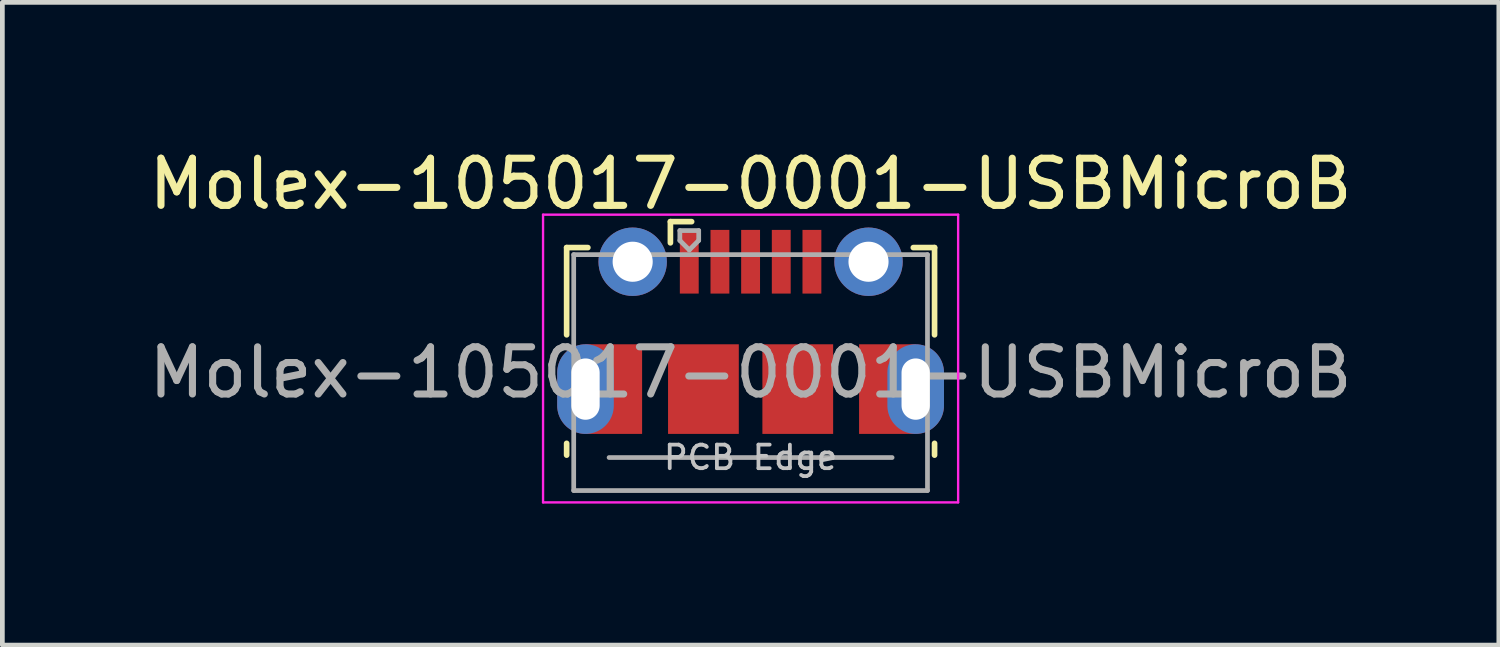
<source format=kicad_pcb>
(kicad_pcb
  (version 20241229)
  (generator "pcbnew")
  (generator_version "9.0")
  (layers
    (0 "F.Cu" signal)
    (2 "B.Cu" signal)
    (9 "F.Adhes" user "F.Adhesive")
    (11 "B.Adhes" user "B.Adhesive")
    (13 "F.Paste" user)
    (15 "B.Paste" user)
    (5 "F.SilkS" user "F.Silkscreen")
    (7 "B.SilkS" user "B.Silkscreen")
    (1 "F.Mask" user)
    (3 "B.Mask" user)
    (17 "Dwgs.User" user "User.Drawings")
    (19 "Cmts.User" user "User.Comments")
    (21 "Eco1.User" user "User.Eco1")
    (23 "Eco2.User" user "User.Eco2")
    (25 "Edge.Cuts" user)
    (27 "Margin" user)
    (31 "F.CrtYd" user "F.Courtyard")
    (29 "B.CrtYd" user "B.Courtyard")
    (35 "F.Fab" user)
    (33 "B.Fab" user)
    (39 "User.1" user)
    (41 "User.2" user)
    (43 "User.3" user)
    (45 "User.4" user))
  (footprint "Molex-105017-0001-USBMicroB"
    (layer "F.Cu")
    (at 12.863 3.961)
    (property "Reference" "Molex-105017-0001-USBMicroB" (at 0 -3.112 0) (layer "F.SilkS") (effects (font (size 1 1) (thickness 0.15))))
    (attr smd)
    (fp_line (start -3.9 -1.762) (end -3.45 -1.762) (stroke (width 0.12) (type solid)) (layer "F.SilkS"))
    (fp_line (start -3.9 0.087) (end -3.9 -1.762) (stroke (width 0.12) (type solid)) (layer "F.SilkS"))
    (fp_line (start -3.9 2.638) (end -3.9 2.388) (stroke (width 0.12) (type solid)) (layer "F.SilkS"))
    (fp_line (start -1.7 -2.312) (end -1.7 -1.863) (stroke (width 0.12) (type solid)) (layer "F.SilkS"))
    (fp_line (start -1.7 -2.312) (end -1.25 -2.312) (stroke (width 0.12) (type solid)) (layer "F.SilkS"))
    (fp_line (start 3.9 -1.762) (end 3.45 -1.762) (stroke (width 0.12) (type solid)) (layer "F.SilkS"))
    (fp_line (start 3.9 0.087) (end 3.9 -1.762) (stroke (width 0.12) (type solid)) (layer "F.SilkS"))
    (fp_line (start 3.9 2.638) (end 3.9 2.388) (stroke (width 0.12) (type solid)) (layer "F.SilkS"))
    (fp_line (start -4.4 -2.46) (end 4.4 -2.46) (stroke (width 0.05) (type solid)) (layer "F.CrtYd"))
    (fp_line (start -4.4 3.64) (end -4.4 -2.46) (stroke (width 0.05) (type solid)) (layer "F.CrtYd"))
    (fp_line (start -4.4 3.64) (end 4.4 3.64) (stroke (width 0.05) (type solid)) (layer "F.CrtYd"))
    (fp_line (start 4.4 -2.46) (end 4.4 3.64) (stroke (width 0.05) (type solid)) (layer "F.CrtYd"))
    (fp_line (start -3.75 -1.613) (end 3.75 -1.613) (stroke (width 0.1) (type solid)) (layer "F.Fab"))
    (fp_line (start -3.75 3.388) (end -3.75 -1.613) (stroke (width 0.1) (type solid)) (layer "F.Fab"))
    (fp_line (start -3.75 3.389) (end 3.75 3.389) (stroke (width 0.1) (type solid)) (layer "F.Fab"))
    (fp_line (start -3 2.689) (end 3 2.689) (stroke (width 0.1) (type solid)) (layer "F.Fab"))
    (fp_line (start -1.5 -2.123) (end -1.5 -1.913) (stroke (width 0.1) (type solid)) (layer "F.Fab"))
    (fp_line (start -1.5 -2.123) (end -1.1 -2.123) (stroke (width 0.1) (type solid)) (layer "F.Fab"))
    (fp_line (start -1.3 -1.712) (end -1.5 -1.913) (stroke (width 0.1) (type solid)) (layer "F.Fab"))
    (fp_line (start -1.1 -2.123) (end -1.1 -1.913) (stroke (width 0.1) (type solid)) (layer "F.Fab"))
    (fp_line (start -1.1 -1.913) (end -1.3 -1.712) (stroke (width 0.1) (type solid)) (layer "F.Fab"))
    (fp_line (start 3.75 3.388) (end 3.75 -1.613) (stroke (width 0.1) (type solid)) (layer "F.Fab"))
    (fp_text user "PCB Edge" (at 0 2.688 0) (layer "Dwgs.User") (effects (font (size 0.5 0.5) (thickness 0.08))))
    (fp_text user "${REFERENCE}" (at 0 0.887 0) (layer "F.Fab") (effects (font (size 1 1) (thickness 0.15))))
    (pad "1" smd rect (at -1.3 -1.462) (size 0.4 1.35) (layers "F.Cu" "F.Mask" "F.Paste"))
    (pad "2" smd rect (at -0.65 -1.462) (size 0.4 1.35) (layers "F.Cu" "F.Mask" "F.Paste"))
    (pad "3" smd rect (at 0 -1.462) (size 0.4 1.35) (layers "F.Cu" "F.Mask" "F.Paste"))
    (pad "4" smd rect (at 0.65 -1.462) (size 0.4 1.35) (layers "F.Cu" "F.Mask" "F.Paste"))
    (pad "5" smd rect (at 1.3 -1.462) (size 0.4 1.35) (layers "F.Cu" "F.Mask" "F.Paste"))
    (pad "6" thru_hole oval (at -3.5 1.238 180) (size 1.2 1.9) (drill oval 0.6 1.3) (layers "*.Cu" "*.Mask"))
    (pad "6" smd rect (at -2.9 1.238) (size 1.2 1.9) (layers "F.Cu" "F.Mask"))
    (pad "6" thru_hole circle (at -2.5 -1.462) (size 1.45 1.45) (drill 0.85) (layers "*.Cu" "*.Mask"))
    (pad "6" smd rect (at -1 1.238) (size 1.5 1.9) (layers "F.Cu" "F.Mask" "F.Paste"))
    (pad "6" smd rect (at 1 1.238) (size 1.5 1.9) (layers "F.Cu" "F.Mask" "F.Paste"))
    (pad "6" thru_hole circle (at 2.5 -1.462) (size 1.45 1.45) (drill 0.85) (layers "*.Cu" "*.Mask"))
    (pad "6" smd rect (at 2.9 1.238) (size 1.2 1.9) (layers "F.Cu" "F.Mask"))
    (pad "6" thru_hole oval (at 3.5 1.238) (size 1.2 1.9) (drill oval 0.6 1.3) (layers "*.Cu" "*.Mask")))
  (gr_rect
    (start -3 -3)
    (end 28.726 10.626)
    (stroke (width 0.1) (type default))
    (fill no)
    (layer "Edge.Cuts")))
</source>
